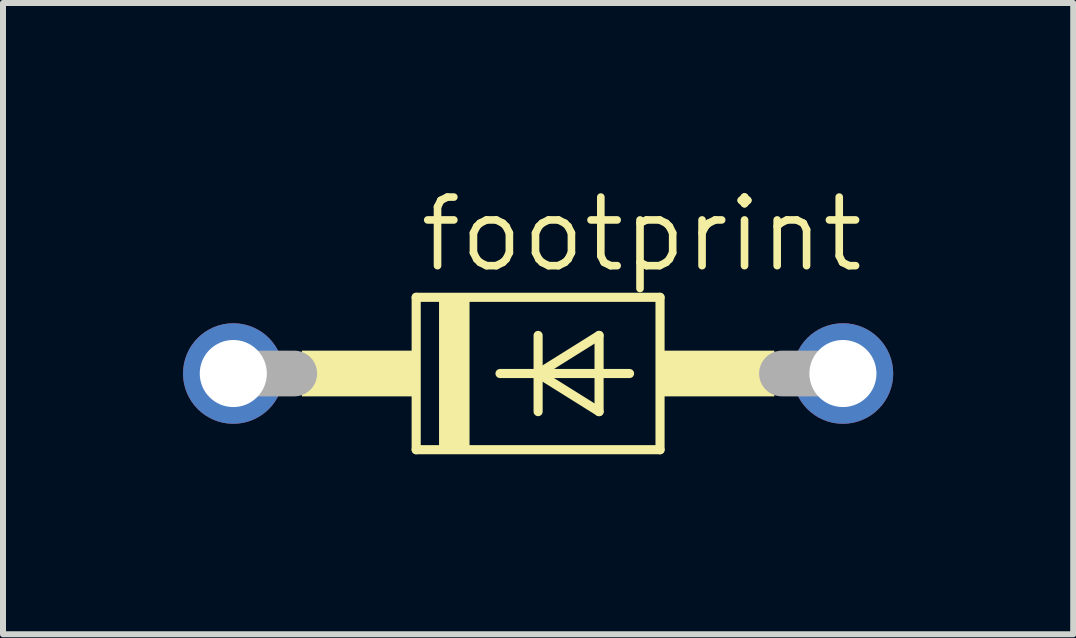
<source format=kicad_pcb>
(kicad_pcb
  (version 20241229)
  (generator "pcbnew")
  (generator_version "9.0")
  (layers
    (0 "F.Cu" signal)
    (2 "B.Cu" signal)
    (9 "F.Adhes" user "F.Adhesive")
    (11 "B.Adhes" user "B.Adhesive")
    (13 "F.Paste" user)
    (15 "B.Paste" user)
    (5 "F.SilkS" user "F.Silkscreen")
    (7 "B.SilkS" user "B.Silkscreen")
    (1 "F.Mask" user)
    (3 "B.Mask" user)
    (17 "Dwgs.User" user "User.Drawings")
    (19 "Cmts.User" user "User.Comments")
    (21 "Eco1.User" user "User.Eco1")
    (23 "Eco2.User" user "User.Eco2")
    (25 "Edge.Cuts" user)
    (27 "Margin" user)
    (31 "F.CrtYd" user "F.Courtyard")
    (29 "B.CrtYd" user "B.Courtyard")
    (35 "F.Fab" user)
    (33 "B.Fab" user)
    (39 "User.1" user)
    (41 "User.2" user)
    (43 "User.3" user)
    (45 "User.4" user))
  (footprint "footprint"
    (layer "F.Cu")
    (at 5.918 3.175)
    (property "Reference" "footprint" (at -2.032 -1.651 0) (layer "F.SilkS") (effects (font (size 1.143 1.143) (thickness 0.127)) (justify left bottom)))
    (fp_line (start -2.032 -1.27) (end -2.032 1.27) (stroke (width 0.152) (type solid)) (layer "F.SilkS"))
    (fp_line (start -2.032 -1.27) (end 2.032 -1.27) (stroke (width 0.152) (type solid)) (layer "F.SilkS"))
    (fp_line (start -0.635 0) (end 0 0) (stroke (width 0.152) (type solid)) (layer "F.SilkS"))
    (fp_line (start 0 -0.635) (end 0 0) (stroke (width 0.152) (type solid)) (layer "F.SilkS"))
    (fp_line (start 0 0) (end 0 0.635) (stroke (width 0.152) (type solid)) (layer "F.SilkS"))
    (fp_line (start 0 0) (end 1.016 -0.635) (stroke (width 0.152) (type solid)) (layer "F.SilkS"))
    (fp_line (start 0 0) (end 1.524 0) (stroke (width 0.152) (type solid)) (layer "F.SilkS"))
    (fp_line (start 1.016 -0.635) (end 1.016 0.635) (stroke (width 0.152) (type solid)) (layer "F.SilkS"))
    (fp_line (start 1.016 0.635) (end 0 0) (stroke (width 0.152) (type solid)) (layer "F.SilkS"))
    (fp_line (start 2.032 1.27) (end -2.032 1.27) (stroke (width 0.152) (type solid)) (layer "F.SilkS"))
    (fp_line (start 2.032 1.27) (end 2.032 -1.27) (stroke (width 0.152) (type solid)) (layer "F.SilkS"))
    (fp_poly (pts (xy -3.937 0.381) (xy -2.032 0.381) (xy -2.032 -0.381) (xy -3.937 -0.381)) (stroke (width 0) (type solid)) (fill yes) (layer "F.SilkS"))
    (fp_poly (pts (xy -1.651 1.27) (xy -1.143 1.27) (xy -1.143 -1.27) (xy -1.651 -1.27)) (stroke (width 0) (type solid)) (fill yes) (layer "F.SilkS"))
    (fp_poly (pts (xy 2.032 0.381) (xy 3.937 0.381) (xy 3.937 -0.381) (xy 2.032 -0.381)) (stroke (width 0) (type solid)) (fill yes) (layer "F.SilkS"))
    (fp_line (start -5.08 0) (end -4.064 0) (stroke (width 0.762) (type solid)) (layer "F.Fab"))
    (fp_line (start 5.08 0) (end 4.064 0) (stroke (width 0.762) (type solid)) (layer "F.Fab"))
    (pad "A" thru_hole circle (at 5.08 0) (size 1.676 1.676) (drill 1.118) (layers "*.Cu" "*.Mask"))
    (pad "C" thru_hole circle (at -5.08 0) (size 1.676 1.676) (drill 1.118) (layers "*.Cu" "*.Mask")))
  (gr_rect
    (start -3 -3)
    (end 14.836 7.521)
    (stroke (width 0.1) (type default))
    (fill no)
    (layer "Edge.Cuts")))
</source>
